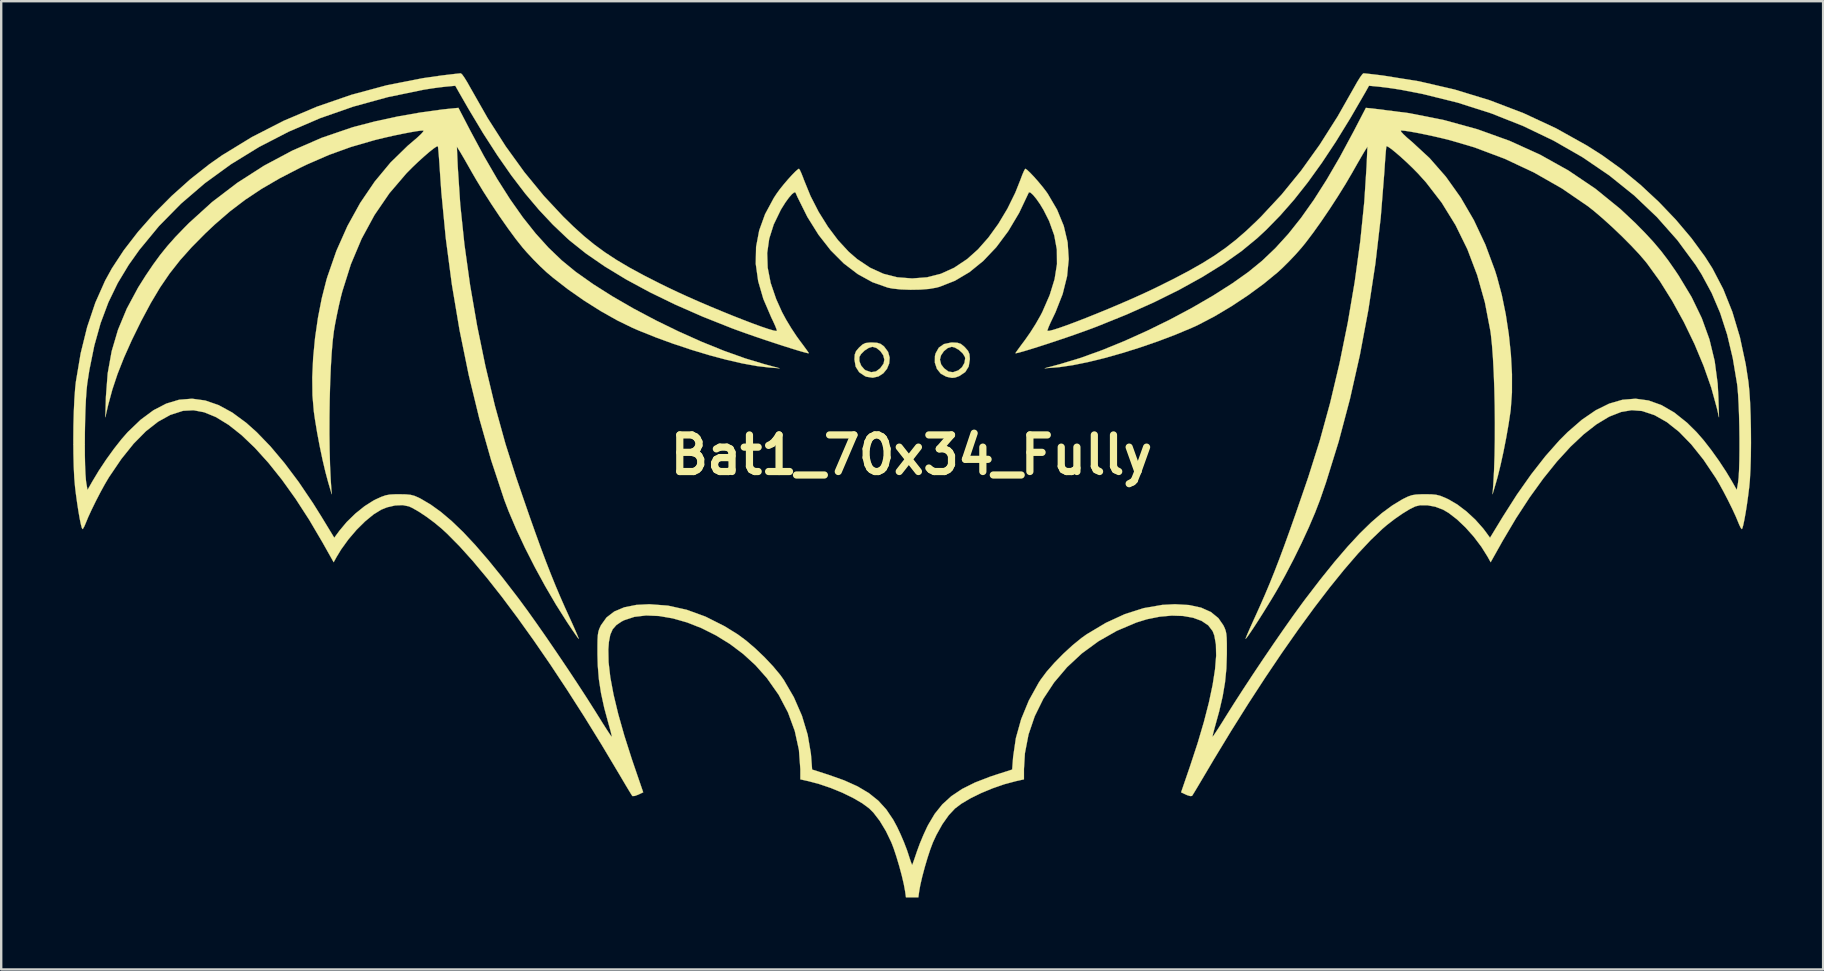
<source format=kicad_pcb>
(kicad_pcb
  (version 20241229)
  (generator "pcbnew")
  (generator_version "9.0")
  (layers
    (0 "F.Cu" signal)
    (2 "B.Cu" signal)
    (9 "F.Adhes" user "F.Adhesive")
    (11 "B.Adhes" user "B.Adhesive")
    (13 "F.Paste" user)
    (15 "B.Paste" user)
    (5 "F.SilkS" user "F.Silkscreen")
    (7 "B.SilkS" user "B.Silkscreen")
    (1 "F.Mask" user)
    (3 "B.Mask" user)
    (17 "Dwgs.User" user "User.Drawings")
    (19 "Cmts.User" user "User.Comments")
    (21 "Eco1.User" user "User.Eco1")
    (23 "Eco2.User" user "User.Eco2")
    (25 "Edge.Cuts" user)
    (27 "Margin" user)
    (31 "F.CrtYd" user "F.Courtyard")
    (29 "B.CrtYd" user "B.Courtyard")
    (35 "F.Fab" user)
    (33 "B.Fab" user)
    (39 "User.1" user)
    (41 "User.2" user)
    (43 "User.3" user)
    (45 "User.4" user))
  (footprint "Bat1_70x34_Fully"
    (layer "F.Cu")
    (at 34.925 17.156)
    (property "Reference" "Bat1_70x34_Fully" (at 0 -1.25 0) (layer "F.SilkS") (effects (font (size 1.524 1.524) (thickness 0.3))))
    (attr through_hole)
    (fp_poly (pts (xy -1.434 -5.924) (xy -1.291 -5.881) (xy -1.164 -5.79) (xy -1.138 -5.767) (xy -0.974 -5.547) (xy -0.907 -5.306) (xy -0.926 -5.064) (xy -1.018 -4.84) (xy -1.17 -4.654) (xy -1.371 -4.523) (xy -1.609 -4.468) (xy -1.87 -4.508) (xy -1.934 -4.533) (xy -2.177 -4.697) (xy -2.324 -4.929) (xy -2.362 -5.158) (xy -2.17 -5.158) (xy -2.093 -4.968) (xy -1.961 -4.814) (xy -1.906 -4.777) (xy -1.678 -4.699) (xy -1.476 -4.732) (xy -1.301 -4.862) (xy -1.16 -5.059) (xy -1.128 -5.222) (xy -1.176 -5.406) (xy -1.298 -5.581) (xy -1.461 -5.71) (xy -1.623 -5.757) (xy -1.781 -5.711) (xy -1.955 -5.598) (xy -2.101 -5.452) (xy -2.168 -5.334) (xy -2.17 -5.158) (xy -2.362 -5.158) (xy -2.374 -5.23) (xy -2.374 -5.236) (xy -2.362 -5.434) (xy -2.309 -5.573) (xy -2.192 -5.713) (xy -2.172 -5.733) (xy -2.038 -5.853) (xy -1.915 -5.913) (xy -1.749 -5.933) (xy -1.644 -5.935) (xy -1.434 -5.924)) (stroke (width 0.01) (type solid)) (fill yes) (layer "F.SilkS"))
    (fp_poly (pts (xy 1.92 -5.924) (xy 2.058 -5.878) (xy 2.189 -5.774) (xy 2.231 -5.733) (xy 2.358 -5.588) (xy 2.417 -5.452) (xy 2.433 -5.265) (xy 2.433 -5.236) (xy 2.386 -4.936) (xy 2.243 -4.705) (xy 2.003 -4.543) (xy 1.98 -4.533) (xy 1.821 -4.475) (xy 1.691 -4.462) (xy 1.532 -4.492) (xy 1.443 -4.516) (xy 1.221 -4.638) (xy 1.061 -4.839) (xy 0.976 -5.093) (xy 0.977 -5.222) (xy 1.187 -5.222) (xy 1.24 -5.018) (xy 1.36 -4.862) (xy 1.544 -4.725) (xy 1.731 -4.697) (xy 1.952 -4.774) (xy 1.953 -4.775) (xy 2.106 -4.904) (xy 2.209 -5.087) (xy 2.239 -5.274) (xy 2.228 -5.334) (xy 2.137 -5.482) (xy 1.982 -5.624) (xy 1.807 -5.726) (xy 1.682 -5.757) (xy 1.512 -5.705) (xy 1.35 -5.573) (xy 1.231 -5.397) (xy 1.187 -5.222) (xy 0.977 -5.222) (xy 0.979 -5.371) (xy 1.007 -5.485) (xy 1.14 -5.721) (xy 1.353 -5.87) (xy 1.647 -5.933) (xy 1.721 -5.935) (xy 1.92 -5.924)) (stroke (width 0.01) (type solid)) (fill yes) (layer "F.SilkS"))
    (fp_poly (pts (xy 19.214 -15.685) (xy 20.737 -15.491) (xy 22.197 -15.201) (xy 23.594 -14.816) (xy 24.924 -14.337) (xy 26.185 -13.765) (xy 27.375 -13.101) (xy 28.493 -12.346) (xy 29.535 -11.5) (xy 30.154 -10.92) (xy 30.572 -10.495) (xy 30.923 -10.115) (xy 31.233 -9.747) (xy 31.527 -9.361) (xy 31.83 -8.926) (xy 31.969 -8.717) (xy 32.505 -7.829) (xy 32.929 -6.951) (xy 33.248 -6.068) (xy 33.467 -5.163) (xy 33.592 -4.22) (xy 33.621 -3.679) (xy 33.647 -2.819) (xy 33.558 -3.205) (xy 33.324 -4.057) (xy 33.008 -4.955) (xy 32.625 -5.873) (xy 32.185 -6.784) (xy 31.702 -7.662) (xy 31.19 -8.482) (xy 30.659 -9.216) (xy 30.575 -9.322) (xy 30.313 -9.626) (xy 29.981 -9.979) (xy 29.604 -10.358) (xy 29.206 -10.738) (xy 28.811 -11.096) (xy 28.443 -11.41) (xy 28.189 -11.611) (xy 27.1 -12.356) (xy 25.936 -13.02) (xy 24.714 -13.593) (xy 23.453 -14.067) (xy 22.449 -14.362) (xy 22.109 -14.447) (xy 21.749 -14.53) (xy 21.392 -14.606) (xy 21.059 -14.673) (xy 20.77 -14.725) (xy 20.548 -14.758) (xy 20.412 -14.769) (xy 20.391 -14.767) (xy 20.399 -14.724) (xy 20.489 -14.622) (xy 20.647 -14.473) (xy 20.859 -14.292) (xy 21.591 -13.616) (xy 22.268 -12.842) (xy 22.884 -11.977) (xy 23.434 -11.032) (xy 23.912 -10.015) (xy 24.313 -8.936) (xy 24.398 -8.664) (xy 24.598 -7.913) (xy 24.763 -7.106) (xy 24.89 -6.27) (xy 24.977 -5.431) (xy 25.021 -4.616) (xy 25.02 -3.851) (xy 24.971 -3.162) (xy 24.958 -3.056) (xy 24.88 -2.533) (xy 24.781 -1.968) (xy 24.669 -1.396) (xy 24.55 -0.852) (xy 24.432 -0.37) (xy 24.362 -0.119) (xy 24.213 0.386) (xy 24.243 -0.03) (xy 24.274 -0.592) (xy 24.296 -1.221) (xy 24.307 -1.898) (xy 24.309 -2.601) (xy 24.302 -3.312) (xy 24.286 -4.01) (xy 24.261 -4.676) (xy 24.229 -5.289) (xy 24.188 -5.831) (xy 24.141 -6.281) (xy 24.123 -6.409) (xy 23.894 -7.603) (xy 23.573 -8.742) (xy 23.164 -9.82) (xy 22.669 -10.829) (xy 22.092 -11.763) (xy 21.435 -12.614) (xy 21.103 -12.981) (xy 20.876 -13.211) (xy 20.636 -13.442) (xy 20.398 -13.659) (xy 20.179 -13.849) (xy 19.995 -13.998) (xy 19.861 -14.091) (xy 19.794 -14.116) (xy 19.792 -14.115) (xy 19.781 -14.05) (xy 19.764 -13.887) (xy 19.745 -13.645) (xy 19.723 -13.342) (xy 19.705 -13.054) (xy 19.553 -11.141) (xy 19.33 -9.219) (xy 19.039 -7.305) (xy 18.685 -5.419) (xy 18.27 -3.579) (xy 17.799 -1.802) (xy 17.274 -0.108) (xy 17.022 0.623) (xy 16.815 1.16) (xy 16.555 1.769) (xy 16.253 2.422) (xy 15.924 3.092) (xy 15.579 3.752) (xy 15.335 4.196) (xy 15.185 4.456) (xy 15.009 4.751) (xy 14.817 5.063) (xy 14.621 5.378) (xy 14.43 5.678) (xy 14.256 5.947) (xy 14.107 6.168) (xy 13.996 6.326) (xy 13.932 6.404) (xy 13.923 6.409) (xy 13.938 6.358) (xy 13.996 6.217) (xy 14.089 6.003) (xy 14.21 5.733) (xy 14.328 5.475) (xy 14.537 5.011) (xy 14.737 4.554) (xy 14.932 4.091) (xy 15.127 3.606) (xy 15.327 3.088) (xy 15.538 2.521) (xy 15.764 1.894) (xy 16.012 1.191) (xy 16.285 0.4) (xy 16.534 -0.326) (xy 17.009 -1.829) (xy 17.445 -3.419) (xy 17.837 -5.072) (xy 18.18 -6.762) (xy 18.469 -8.463) (xy 18.7 -10.15) (xy 18.868 -11.798) (xy 18.962 -13.264) (xy 19 -14.095) (xy 18.887 -13.917) (xy 18.816 -13.799) (xy 18.702 -13.603) (xy 18.559 -13.355) (xy 18.402 -13.079) (xy 18.373 -13.026) (xy 18.087 -12.539) (xy 17.763 -12.018) (xy 17.418 -11.487) (xy 17.068 -10.972) (xy 16.729 -10.498) (xy 16.42 -10.089) (xy 16.259 -9.891) (xy 16.011 -9.609) (xy 15.725 -9.308) (xy 15.441 -9.027) (xy 15.259 -8.86) (xy 14.669 -8.376) (xy 14.013 -7.896) (xy 13.322 -7.439) (xy 12.629 -7.026) (xy 11.963 -6.678) (xy 11.676 -6.545) (xy 10.987 -6.257) (xy 10.26 -5.982) (xy 9.514 -5.725) (xy 8.769 -5.492) (xy 8.044 -5.288) (xy 7.358 -5.12) (xy 6.732 -4.993) (xy 6.184 -4.912) (xy 5.995 -4.895) (xy 5.549 -4.861) (xy 6.202 -5.037) (xy 7.033 -5.289) (xy 7.928 -5.611) (xy 8.864 -5.993) (xy 9.819 -6.423) (xy 10.77 -6.889) (xy 11.694 -7.382) (xy 12.568 -7.889) (xy 13.37 -8.4) (xy 14.036 -8.872) (xy 14.607 -9.338) (xy 15.16 -9.864) (xy 15.7 -10.457) (xy 16.232 -11.126) (xy 16.765 -11.878) (xy 17.302 -12.722) (xy 17.851 -13.665) (xy 18.417 -14.717) (xy 18.437 -14.755) (xy 18.934 -15.712) (xy 19.214 -15.685)) (stroke (width 0.01) (type solid)) (fill yes) (layer "F.SilkS"))
    (fp_poly (pts (xy -18.377 -14.755) (xy -17.81 -13.699) (xy -17.261 -12.752) (xy -16.723 -11.905) (xy -16.191 -11.15) (xy -15.658 -10.479) (xy -15.119 -9.883) (xy -14.567 -9.355) (xy -13.996 -8.887) (xy -13.976 -8.872) (xy -13.262 -8.367) (xy -12.454 -7.856) (xy -11.576 -7.349) (xy -10.649 -6.858) (xy -9.698 -6.394) (xy -8.744 -5.967) (xy -7.809 -5.589) (xy -6.918 -5.271) (xy -6.142 -5.037) (xy -5.489 -4.861) (xy -5.936 -4.895) (xy -6.448 -4.956) (xy -7.047 -5.065) (xy -7.712 -5.218) (xy -8.424 -5.408) (xy -9.163 -5.631) (xy -9.911 -5.879) (xy -10.648 -6.148) (xy -11.354 -6.431) (xy -11.617 -6.545) (xy -12.259 -6.858) (xy -12.944 -7.244) (xy -13.64 -7.683) (xy -14.315 -8.155) (xy -14.939 -8.64) (xy -15.199 -8.86) (xy -15.455 -9.098) (xy -15.743 -9.388) (xy -16.023 -9.688) (xy -16.2 -9.891) (xy -16.485 -10.25) (xy -16.808 -10.689) (xy -17.154 -11.183) (xy -17.504 -11.708) (xy -17.843 -12.237) (xy -18.152 -12.748) (xy -18.313 -13.026) (xy -18.471 -13.304) (xy -18.617 -13.56) (xy -18.738 -13.767) (xy -18.818 -13.902) (xy -18.828 -13.917) (xy -18.94 -14.095) (xy -18.903 -13.264) (xy -18.798 -11.676) (xy -18.625 -10.025) (xy -18.39 -8.336) (xy -18.096 -6.634) (xy -17.749 -4.946) (xy -17.354 -3.297) (xy -16.915 -1.713) (xy -16.474 -0.326) (xy -16.175 0.548) (xy -15.907 1.322) (xy -15.663 2.01) (xy -15.44 2.626) (xy -15.231 3.183) (xy -15.032 3.694) (xy -14.838 4.174) (xy -14.643 4.635) (xy -14.442 5.092) (xy -14.268 5.475) (xy -14.13 5.778) (xy -14.013 6.041) (xy -13.925 6.245) (xy -13.874 6.373) (xy -13.864 6.409) (xy -13.904 6.363) (xy -13.996 6.234) (xy -14.129 6.041) (xy -14.29 5.801) (xy -14.361 5.694) (xy -14.812 4.981) (xy -15.261 4.213) (xy -15.696 3.416) (xy -16.103 2.615) (xy -16.468 1.836) (xy -16.78 1.103) (xy -16.963 0.623) (xy -17.51 -1.028) (xy -18.005 -2.77) (xy -18.446 -4.584) (xy -18.828 -6.452) (xy -19.148 -8.355) (xy -19.401 -10.276) (xy -19.586 -12.195) (xy -19.645 -13.054) (xy -19.667 -13.392) (xy -19.689 -13.686) (xy -19.708 -13.918) (xy -19.723 -14.067) (xy -19.733 -14.115) (xy -19.793 -14.096) (xy -19.922 -14.008) (xy -20.103 -13.863) (xy -20.319 -13.676) (xy -20.556 -13.461) (xy -20.797 -13.231) (xy -21.026 -13) (xy -21.044 -12.981) (xy -21.751 -12.154) (xy -22.373 -11.245) (xy -22.908 -10.259) (xy -23.355 -9.198) (xy -23.712 -8.066) (xy -23.772 -7.835) (xy -23.857 -7.47) (xy -23.941 -7.076) (xy -24.014 -6.703) (xy -24.064 -6.409) (xy -24.114 -5.996) (xy -24.157 -5.483) (xy -24.192 -4.892) (xy -24.219 -4.242) (xy -24.238 -3.552) (xy -24.248 -2.843) (xy -24.25 -2.135) (xy -24.241 -1.448) (xy -24.223 -0.8) (xy -24.195 -0.213) (xy -24.183 -0.03) (xy -24.154 0.386) (xy -24.303 -0.119) (xy -24.417 -0.545) (xy -24.537 -1.054) (xy -24.654 -1.613) (xy -24.762 -2.186) (xy -24.853 -2.739) (xy -24.898 -3.056) (xy -24.956 -3.73) (xy -24.965 -4.484) (xy -24.928 -5.293) (xy -24.848 -6.129) (xy -24.727 -6.968) (xy -24.568 -7.781) (xy -24.374 -8.544) (xy -24.338 -8.664) (xy -23.958 -9.757) (xy -23.498 -10.79) (xy -22.965 -11.754) (xy -22.364 -12.639) (xy -21.702 -13.436) (xy -20.983 -14.137) (xy -20.8 -14.292) (xy -20.587 -14.475) (xy -20.429 -14.623) (xy -20.34 -14.725) (xy -20.331 -14.767) (xy -20.434 -14.764) (xy -20.63 -14.738) (xy -20.9 -14.691) (xy -21.221 -14.629) (xy -21.573 -14.556) (xy -21.934 -14.474) (xy -22.283 -14.39) (xy -22.39 -14.362) (xy -23.353 -14.083) (xy -24.267 -13.753) (xy -25.184 -13.354) (xy -25.489 -13.207) (xy -26.326 -12.774) (xy -27.072 -12.34) (xy -27.753 -11.888) (xy -28.395 -11.399) (xy -29.025 -10.854) (xy -29.428 -10.475) (xy -29.987 -9.909) (xy -30.473 -9.365) (xy -30.906 -8.814) (xy -31.305 -8.23) (xy -31.69 -7.585) (xy -32.081 -6.853) (xy -32.096 -6.825) (xy -32.487 -6.028) (xy -32.811 -5.302) (xy -33.078 -4.625) (xy -33.294 -3.976) (xy -33.468 -3.333) (xy -33.498 -3.205) (xy -33.587 -2.819) (xy -33.562 -3.679) (xy -33.488 -4.649) (xy -33.322 -5.573) (xy -33.058 -6.466) (xy -32.693 -7.345) (xy -32.219 -8.226) (xy -31.91 -8.717) (xy -31.595 -9.182) (xy -31.3 -9.585) (xy -31 -9.957) (xy -30.67 -10.329) (xy -30.283 -10.73) (xy -30.094 -10.92) (xy -29.135 -11.79) (xy -28.09 -12.587) (xy -26.972 -13.304) (xy -25.794 -13.932) (xy -24.569 -14.465) (xy -23.31 -14.895) (xy -23.209 -14.924) (xy -22.346 -15.149) (xy -21.412 -15.351) (xy -20.457 -15.519) (xy -19.527 -15.647) (xy -19.155 -15.685) (xy -18.874 -15.712) (xy -18.377 -14.755)) (stroke (width 0.01) (type solid)) (fill yes) (layer "F.SilkS"))
    (fp_poly (pts (xy 18.917 -17.144) (xy 19.094 -17.125) (xy 19.337 -17.097) (xy 19.621 -17.062) (xy 19.633 -17.061) (xy 21.145 -16.819) (xy 22.637 -16.474) (xy 24.095 -16.028) (xy 25.508 -15.488) (xy 26.864 -14.856) (xy 28.15 -14.138) (xy 28.783 -13.735) (xy 29.585 -13.157) (xy 30.376 -12.504) (xy 31.137 -11.796) (xy 31.85 -11.05) (xy 32.496 -10.285) (xy 33.057 -9.52) (xy 33.373 -9.024) (xy 33.822 -8.163) (xy 34.204 -7.208) (xy 34.517 -6.163) (xy 34.76 -5.031) (xy 34.872 -4.303) (xy 34.911 -3.924) (xy 34.942 -3.453) (xy 34.963 -2.918) (xy 34.976 -2.344) (xy 34.98 -1.759) (xy 34.974 -1.19) (xy 34.958 -0.662) (xy 34.933 -0.203) (xy 34.906 0.089) (xy 34.859 0.467) (xy 34.808 0.832) (xy 34.755 1.167) (xy 34.703 1.454) (xy 34.657 1.673) (xy 34.619 1.807) (xy 34.597 1.84) (xy 34.554 1.789) (xy 34.491 1.66) (xy 34.449 1.558) (xy 34.343 1.304) (xy 34.193 0.981) (xy 34.016 0.623) (xy 33.829 0.264) (xy 33.649 -0.063) (xy 33.512 -0.293) (xy 33.003 -1.051) (xy 32.492 -1.691) (xy 31.982 -2.215) (xy 31.471 -2.621) (xy 30.962 -2.909) (xy 30.453 -3.078) (xy 30.43 -3.083) (xy 30.01 -3.116) (xy 29.569 -3.041) (xy 29.098 -2.857) (xy 29.053 -2.835) (xy 28.542 -2.527) (xy 28.009 -2.111) (xy 27.458 -1.592) (xy 26.895 -0.976) (xy 26.327 -0.27) (xy 25.757 0.519) (xy 25.191 1.387) (xy 24.635 2.325) (xy 24.595 2.396) (xy 24.133 3.219) (xy 24.01 2.997) (xy 23.746 2.575) (xy 23.432 2.159) (xy 23.086 1.771) (xy 22.73 1.433) (xy 22.384 1.166) (xy 22.147 1.027) (xy 21.825 0.906) (xy 21.491 0.845) (xy 21.184 0.847) (xy 20.994 0.893) (xy 20.751 1.013) (xy 20.454 1.196) (xy 20.131 1.42) (xy 19.812 1.667) (xy 19.626 1.826) (xy 19.137 2.293) (xy 18.604 2.86) (xy 18.032 3.523) (xy 17.424 4.274) (xy 16.787 5.106) (xy 16.124 6.013) (xy 15.441 6.987) (xy 14.742 8.024) (xy 14.032 9.115) (xy 13.316 10.255) (xy 12.599 11.436) (xy 12.255 12.018) (xy 12.081 12.311) (xy 11.928 12.569) (xy 11.804 12.775) (xy 11.721 12.91) (xy 11.69 12.955) (xy 11.616 12.963) (xy 11.482 12.922) (xy 11.442 12.904) (xy 11.235 12.806) (xy 11.611 11.71) (xy 11.924 10.757) (xy 12.185 9.873) (xy 12.394 9.062) (xy 12.549 8.329) (xy 12.65 7.679) (xy 12.696 7.116) (xy 12.686 6.645) (xy 12.619 6.27) (xy 12.549 6.088) (xy 12.365 5.848) (xy 12.089 5.662) (xy 11.735 5.532) (xy 11.316 5.458) (xy 10.847 5.443) (xy 10.343 5.488) (xy 9.816 5.594) (xy 9.375 5.73) (xy 8.554 6.078) (xy 7.794 6.511) (xy 7.101 7.018) (xy 6.483 7.593) (xy 5.945 8.227) (xy 5.494 8.91) (xy 5.137 9.636) (xy 4.879 10.394) (xy 4.728 11.178) (xy 4.688 11.838) (xy 4.688 12.266) (xy 4.347 12.342) (xy 3.874 12.468) (xy 3.384 12.638) (xy 2.904 12.837) (xy 2.462 13.054) (xy 2.085 13.277) (xy 1.817 13.478) (xy 1.553 13.761) (xy 1.288 14.136) (xy 1.041 14.579) (xy 0.894 14.896) (xy 0.787 15.179) (xy 0.67 15.535) (xy 0.554 15.928) (xy 0.45 16.319) (xy 0.369 16.67) (xy 0.325 16.914) (xy 0.288 17.181) (xy -0.228 17.181) (xy -0.266 16.914) (xy -0.319 16.628) (xy -0.403 16.27) (xy -0.509 15.877) (xy -0.626 15.487) (xy -0.742 15.137) (xy -0.835 14.896) (xy -1.063 14.422) (xy -1.318 13.999) (xy -1.584 13.652) (xy -1.758 13.478) (xy -2.051 13.261) (xy -2.434 13.038) (xy -2.88 12.821) (xy -3.361 12.624) (xy -3.851 12.458) (xy -4.288 12.342) (xy -4.629 12.266) (xy -4.629 11.838) (xy -4.688 11.038) (xy -4.861 10.248) (xy -5.143 9.48) (xy -5.532 8.742) (xy -6.022 8.046) (xy -6.5 7.508) (xy -7.008 7.043) (xy -7.559 6.628) (xy -8.142 6.268) (xy -8.741 5.967) (xy -9.345 5.729) (xy -9.941 5.559) (xy -10.515 5.46) (xy -11.054 5.437) (xy -11.545 5.495) (xy -11.975 5.637) (xy -12.075 5.689) (xy -12.294 5.837) (xy -12.448 6.013) (xy -12.548 6.241) (xy -12.606 6.544) (xy -12.629 6.854) (xy -12.619 7.384) (xy -12.547 8.011) (xy -12.412 8.732) (xy -12.217 9.544) (xy -11.962 10.444) (xy -11.648 11.428) (xy -11.552 11.71) (xy -11.176 12.806) (xy -11.383 12.904) (xy -11.525 12.956) (xy -11.619 12.963) (xy -11.631 12.955) (xy -11.673 12.891) (xy -11.765 12.741) (xy -11.895 12.525) (xy -12.053 12.258) (xy -12.195 12.018) (xy -12.911 10.819) (xy -13.628 9.658) (xy -14.342 8.543) (xy -15.046 7.479) (xy -15.738 6.474) (xy -16.411 5.534) (xy -17.061 4.665) (xy -17.684 3.874) (xy -18.274 3.168) (xy -18.827 2.554) (xy -19.337 2.038) (xy -19.566 1.826) (xy -19.867 1.576) (xy -20.19 1.335) (xy -20.507 1.123) (xy -20.788 0.961) (xy -20.935 0.893) (xy -21.196 0.84) (xy -21.513 0.854) (xy -21.847 0.931) (xy -22.087 1.027) (xy -22.412 1.227) (xy -22.762 1.515) (xy -23.118 1.868) (xy -23.457 2.265) (xy -23.761 2.685) (xy -23.95 2.997) (xy -24.073 3.219) (xy -24.536 2.396) (xy -25.091 1.453) (xy -25.656 0.58) (xy -26.226 -0.216) (xy -26.795 -0.928) (xy -27.358 -1.55) (xy -27.91 -2.077) (xy -28.445 -2.501) (xy -28.957 -2.816) (xy -28.994 -2.835) (xy -29.468 -3.029) (xy -29.911 -3.113) (xy -30.333 -3.091) (xy -30.37 -3.083) (xy -30.879 -2.919) (xy -31.389 -2.636) (xy -31.899 -2.236) (xy -32.41 -1.718) (xy -32.92 -1.082) (xy -33.43 -0.33) (xy -33.453 -0.293) (xy -33.614 -0.02) (xy -33.796 0.313) (xy -33.983 0.674) (xy -34.157 1.029) (xy -34.302 1.344) (xy -34.39 1.558) (xy -34.458 1.718) (xy -34.515 1.82) (xy -34.538 1.84) (xy -34.567 1.784) (xy -34.608 1.628) (xy -34.656 1.392) (xy -34.708 1.092) (xy -34.761 0.748) (xy -34.812 0.378) (xy -34.847 0.089) (xy -34.88 -0.297) (xy -34.903 -0.774) (xy -34.916 -1.313) (xy -34.919 -1.698) (xy -34.441 -1.698) (xy -34.439 -1.233) (xy -34.43 -0.812) (xy -34.415 -0.456) (xy -34.394 -0.186) (xy -34.381 -0.089) (xy -34.329 0.208) (xy -34.127 -0.148) (xy -33.86 -0.592) (xy -33.552 -1.056) (xy -33.227 -1.506) (xy -32.909 -1.91) (xy -32.651 -2.204) (xy -32.115 -2.717) (xy -31.581 -3.113) (xy -31.047 -3.39) (xy -30.511 -3.551) (xy -29.97 -3.594) (xy -29.423 -3.519) (xy -28.866 -3.327) (xy -28.299 -3.018) (xy -27.718 -2.591) (xy -27.281 -2.201) (xy -26.71 -1.61) (xy -26.123 -0.913) (xy -25.528 -0.12) (xy -24.934 0.759) (xy -24.577 1.33) (xy -24.048 2.199) (xy -23.834 1.909) (xy -23.529 1.544) (xy -23.169 1.193) (xy -22.786 0.885) (xy -22.414 0.649) (xy -22.32 0.601) (xy -22.089 0.496) (xy -21.907 0.432) (xy -21.729 0.399) (xy -21.507 0.388) (xy -21.335 0.387) (xy -21.063 0.392) (xy -20.868 0.411) (xy -20.707 0.453) (xy -20.537 0.526) (xy -20.445 0.573) (xy -20.032 0.816) (xy -19.605 1.124) (xy -19.158 1.502) (xy -18.685 1.956) (xy -18.182 2.493) (xy -17.642 3.117) (xy -17.059 3.835) (xy -16.429 4.652) (xy -16.335 4.777) (xy -16.005 5.225) (xy -15.629 5.753) (xy -15.219 6.34) (xy -14.791 6.966) (xy -14.358 7.608) (xy -13.935 8.246) (xy -13.536 8.859) (xy -13.176 9.426) (xy -13.03 9.66) (xy -12.856 9.939) (xy -12.704 10.177) (xy -12.585 10.358) (xy -12.51 10.466) (xy -12.487 10.489) (xy -12.494 10.428) (xy -12.529 10.28) (xy -12.585 10.073) (xy -12.613 9.976) (xy -12.799 9.289) (xy -12.933 8.674) (xy -13.022 8.097) (xy -13.069 7.526) (xy -13.082 7.061) (xy -13.082 6.707) (xy -13.078 6.448) (xy -13.067 6.261) (xy -13.045 6.122) (xy -13.011 6.008) (xy -12.96 5.895) (xy -12.935 5.844) (xy -12.705 5.522) (xy -12.382 5.273) (xy -11.967 5.098) (xy -11.46 4.997) (xy -10.92 4.969) (xy -10.142 5.028) (xy -9.364 5.2) (xy -8.58 5.485) (xy -7.786 5.885) (xy -7.24 6.223) (xy -6.886 6.485) (xy -6.503 6.813) (xy -6.12 7.179) (xy -5.765 7.556) (xy -5.465 7.917) (xy -5.323 8.116) (xy -4.898 8.846) (xy -4.562 9.616) (xy -4.324 10.405) (xy -4.19 11.19) (xy -4.178 11.328) (xy -4.138 11.857) (xy -3.467 12.072) (xy -2.804 12.307) (xy -2.246 12.558) (xy -1.776 12.837) (xy -1.382 13.153) (xy -1.049 13.518) (xy -0.761 13.944) (xy -0.601 14.24) (xy -0.455 14.55) (xy -0.311 14.886) (xy -0.191 15.199) (xy -0.141 15.347) (xy -0.07 15.568) (xy -0.012 15.735) (xy 0.024 15.824) (xy 0.031 15.833) (xy 0.055 15.773) (xy 0.108 15.625) (xy 0.18 15.415) (xy 0.233 15.258) (xy 0.351 14.937) (xy 0.501 14.578) (xy 0.655 14.245) (xy 0.698 14.161) (xy 0.97 13.703) (xy 1.286 13.309) (xy 1.662 12.967) (xy 2.11 12.667) (xy 2.643 12.4) (xy 3.277 12.155) (xy 3.527 12.072) (xy 4.197 11.857) (xy 4.237 11.328) (xy 4.351 10.547) (xy 4.572 9.757) (xy 4.891 8.981) (xy 5.3 8.242) (xy 5.382 8.116) (xy 5.633 7.779) (xy 5.958 7.409) (xy 6.328 7.033) (xy 6.714 6.678) (xy 7.089 6.373) (xy 7.3 6.223) (xy 8.102 5.744) (xy 8.892 5.381) (xy 9.674 5.132) (xy 10.451 4.997) (xy 10.979 4.969) (xy 11.569 5.003) (xy 12.068 5.111) (xy 12.475 5.293) (xy 12.789 5.548) (xy 12.994 5.844) (xy 13.052 5.963) (xy 13.092 6.074) (xy 13.119 6.2) (xy 13.134 6.365) (xy 13.141 6.592) (xy 13.142 6.905) (xy 13.141 7.061) (xy 13.122 7.65) (xy 13.066 8.219) (xy 12.968 8.801) (xy 12.823 9.429) (xy 12.672 9.976) (xy 12.61 10.2) (xy 12.565 10.376) (xy 12.546 10.476) (xy 12.547 10.489) (xy 12.582 10.448) (xy 12.669 10.321) (xy 12.797 10.125) (xy 12.955 9.876) (xy 13.089 9.66) (xy 13.428 9.121) (xy 13.811 8.527) (xy 14.225 7.897) (xy 14.655 7.254) (xy 15.087 6.618) (xy 15.507 6.011) (xy 15.9 5.454) (xy 16.253 4.967) (xy 16.394 4.777) (xy 17.031 3.946) (xy 17.62 3.214) (xy 18.166 2.577) (xy 18.674 2.028) (xy 19.151 1.562) (xy 19.601 1.173) (xy 20.031 0.856) (xy 20.445 0.604) (xy 20.504 0.573) (xy 20.692 0.482) (xy 20.852 0.427) (xy 21.026 0.398) (xy 21.257 0.388) (xy 21.394 0.387) (xy 21.665 0.39) (xy 21.863 0.409) (xy 22.037 0.453) (xy 22.234 0.533) (xy 22.38 0.601) (xy 22.744 0.814) (xy 23.128 1.106) (xy 23.497 1.448) (xy 23.82 1.812) (xy 23.894 1.909) (xy 24.107 2.199) (xy 24.636 1.33) (xy 25.226 0.404) (xy 25.822 -0.442) (xy 26.414 -1.199) (xy 26.995 -1.856) (xy 27.34 -2.201) (xy 27.932 -2.715) (xy 28.509 -3.111) (xy 29.073 -3.389) (xy 29.627 -3.55) (xy 30.172 -3.594) (xy 30.712 -3.52) (xy 31.247 -3.329) (xy 31.781 -3.02) (xy 32.315 -2.594) (xy 32.71 -2.204) (xy 33.003 -1.868) (xy 33.323 -1.457) (xy 33.647 -1.004) (xy 33.951 -0.541) (xy 34.187 -0.148) (xy 34.388 0.208) (xy 34.44 -0.089) (xy 34.465 -0.307) (xy 34.483 -0.621) (xy 34.495 -1.012) (xy 34.5 -1.457) (xy 34.5 -1.936) (xy 34.494 -2.426) (xy 34.482 -2.907) (xy 34.465 -3.358) (xy 34.443 -3.757) (xy 34.416 -4.083) (xy 34.4 -4.214) (xy 34.22 -5.287) (xy 33.987 -6.266) (xy 33.696 -7.165) (xy 33.342 -7.997) (xy 32.92 -8.778) (xy 32.673 -9.168) (xy 31.915 -10.197) (xy 31.059 -11.163) (xy 30.111 -12.064) (xy 29.075 -12.897) (xy 27.956 -13.658) (xy 26.759 -14.345) (xy 25.489 -14.955) (xy 24.151 -15.485) (xy 22.75 -15.932) (xy 21.291 -16.293) (xy 20.389 -16.467) (xy 20.088 -16.515) (xy 19.774 -16.559) (xy 19.504 -16.591) (xy 19.461 -16.596) (xy 19.064 -16.633) (xy 18.918 -16.372) (xy 18.287 -15.284) (xy 17.682 -14.301) (xy 17.094 -13.414) (xy 16.517 -12.612) (xy 15.945 -11.888) (xy 15.369 -11.232) (xy 14.784 -10.633) (xy 14.404 -10.28) (xy 13.748 -9.74) (xy 12.981 -9.199) (xy 12.111 -8.66) (xy 11.147 -8.127) (xy 10.095 -7.606) (xy 8.964 -7.101) (xy 7.762 -6.615) (xy 7.537 -6.529) (xy 7.213 -6.41) (xy 6.848 -6.28) (xy 6.459 -6.145) (xy 6.06 -6.011) (xy 5.669 -5.881) (xy 5.299 -5.762) (xy 4.968 -5.658) (xy 4.69 -5.574) (xy 4.482 -5.516) (xy 4.359 -5.488) (xy 4.332 -5.49) (xy 4.366 -5.542) (xy 4.457 -5.669) (xy 4.591 -5.852) (xy 4.745 -6.058) (xy 4.955 -6.359) (xy 5.176 -6.708) (xy 5.372 -7.051) (xy 5.452 -7.205) (xy 5.76 -7.911) (xy 5.964 -8.573) (xy 6.064 -9.201) (xy 6.059 -9.807) (xy 5.95 -10.402) (xy 5.737 -10.997) (xy 5.505 -11.457) (xy 5.353 -11.708) (xy 5.202 -11.923) (xy 5.067 -12.086) (xy 4.96 -12.182) (xy 4.896 -12.193) (xy 4.888 -12.182) (xy 4.486 -11.334) (xy 4.033 -10.574) (xy 3.535 -9.907) (xy 2.996 -9.338) (xy 2.421 -8.87) (xy 1.813 -8.509) (xy 1.177 -8.259) (xy 1.041 -8.222) (xy 0.742 -8.169) (xy 0.367 -8.139) (xy -0.041 -8.132) (xy -0.443 -8.147) (xy -0.796 -8.185) (xy -0.982 -8.222) (xy -1.623 -8.448) (xy -2.237 -8.786) (xy -2.82 -9.231) (xy -3.367 -9.78) (xy -3.873 -10.427) (xy -4.336 -11.168) (xy -4.749 -11.998) (xy -4.829 -12.182) (xy -4.881 -12.193) (xy -4.979 -12.116) (xy -5.108 -11.968) (xy -5.256 -11.764) (xy -5.409 -11.52) (xy -5.446 -11.457) (xy -5.738 -10.854) (xy -5.926 -10.26) (xy -6.01 -9.664) (xy -5.99 -9.054) (xy -5.866 -8.419) (xy -5.637 -7.748) (xy -5.393 -7.205) (xy -5.222 -6.888) (xy -5.009 -6.535) (xy -4.789 -6.202) (xy -4.685 -6.058) (xy -4.523 -5.84) (xy -4.391 -5.66) (xy -4.303 -5.537) (xy -4.273 -5.49) (xy -4.326 -5.493) (xy -4.476 -5.53) (xy -4.706 -5.596) (xy -5.001 -5.687) (xy -5.346 -5.796) (xy -5.723 -5.919) (xy -6.119 -6.05) (xy -6.516 -6.185) (xy -6.9 -6.319) (xy -7.254 -6.446) (xy -7.478 -6.529) (xy -8.692 -7.011) (xy -9.836 -7.513) (xy -10.903 -8.032) (xy -11.884 -8.562) (xy -12.772 -9.101) (xy -13.558 -9.642) (xy -14.235 -10.182) (xy -14.345 -10.28) (xy -14.94 -10.846) (xy -15.521 -11.465) (xy -16.095 -12.145) (xy -16.668 -12.896) (xy -17.248 -13.728) (xy -17.842 -14.649) (xy -18.455 -15.67) (xy -18.858 -16.372) (xy -19.005 -16.633) (xy -19.402 -16.596) (xy -19.655 -16.567) (xy -19.965 -16.525) (xy -20.273 -16.476) (xy -20.329 -16.467) (xy -21.821 -16.159) (xy -23.257 -15.764) (xy -24.633 -15.284) (xy -25.944 -14.721) (xy -27.186 -14.08) (xy -28.352 -13.363) (xy -29.439 -12.573) (xy -30.441 -11.713) (xy -31.353 -10.785) (xy -32.17 -9.794) (xy -32.614 -9.168) (xy -33.072 -8.409) (xy -33.461 -7.605) (xy -33.784 -6.742) (xy -34.046 -5.806) (xy -34.253 -4.784) (xy -34.341 -4.214) (xy -34.37 -3.933) (xy -34.395 -3.569) (xy -34.415 -3.142) (xy -34.429 -2.673) (xy -34.438 -2.185) (xy -34.441 -1.698) (xy -34.919 -1.698) (xy -34.92 -1.888) (xy -34.915 -2.473) (xy -34.9 -3.04) (xy -34.876 -3.564) (xy -34.844 -4.016) (xy -34.813 -4.303) (xy -34.614 -5.485) (xy -34.343 -6.583) (xy -34.003 -7.594) (xy -33.595 -8.512) (xy -33.313 -9.024) (xy -32.817 -9.779) (xy -32.225 -10.546) (xy -31.554 -11.307) (xy -30.823 -12.042) (xy -30.05 -12.734) (xy -29.253 -13.363) (xy -28.723 -13.735) (xy -27.478 -14.496) (xy -26.156 -15.173) (xy -24.771 -15.761) (xy -23.335 -16.256) (xy -21.859 -16.654) (xy -20.356 -16.949) (xy -19.574 -17.061) (xy -19.288 -17.095) (xy -19.043 -17.124) (xy -18.863 -17.143) (xy -18.775 -17.151) (xy -18.774 -17.151) (xy -18.718 -17.102) (xy -18.623 -16.968) (xy -18.502 -16.772) (xy -18.39 -16.572) (xy -17.658 -15.287) (xy -16.906 -14.11) (xy -16.126 -13.031) (xy -15.312 -12.04) (xy -14.51 -11.182) (xy -14.069 -10.753) (xy -13.644 -10.369) (xy -13.216 -10.019) (xy -12.769 -9.692) (xy -12.285 -9.375) (xy -11.749 -9.058) (xy -11.142 -8.729) (xy -10.448 -8.376) (xy -10.118 -8.215) (xy -9.728 -8.03) (xy -9.298 -7.834) (xy -8.84 -7.632) (xy -8.368 -7.43) (xy -7.894 -7.233) (xy -7.431 -7.045) (xy -6.994 -6.873) (xy -6.593 -6.72) (xy -6.244 -6.593) (xy -5.957 -6.497) (xy -5.748 -6.436) (xy -5.628 -6.415) (xy -5.606 -6.421) (xy -5.619 -6.483) (xy -5.675 -6.627) (xy -5.766 -6.828) (xy -5.839 -6.979) (xy -6.17 -7.749) (xy -6.386 -8.494) (xy -6.487 -9.215) (xy -6.473 -9.918) (xy -6.343 -10.606) (xy -6.098 -11.284) (xy -5.737 -11.954) (xy -5.618 -12.136) (xy -5.486 -12.318) (xy -5.322 -12.522) (xy -5.145 -12.73) (xy -4.973 -12.919) (xy -4.826 -13.069) (xy -4.721 -13.158) (xy -4.687 -13.175) (xy -4.649 -13.123) (xy -4.585 -12.985) (xy -4.507 -12.787) (xy -4.481 -12.715) (xy -4.204 -12.037) (xy -3.866 -11.378) (xy -3.479 -10.758) (xy -3.059 -10.199) (xy -2.618 -9.721) (xy -2.265 -9.414) (xy -1.719 -9.05) (xy -1.167 -8.799) (xy -0.59 -8.653) (xy 0.03 -8.605) (xy 0.03 -8.605) (xy 0.65 -8.652) (xy 1.226 -8.799) (xy 1.779 -9.05) (xy 2.324 -9.414) (xy 2.324 -9.414) (xy 2.77 -9.813) (xy 3.208 -10.309) (xy 3.622 -10.882) (xy 4 -11.512) (xy 4.327 -12.177) (xy 4.541 -12.715) (xy 4.62 -12.926) (xy 4.69 -13.087) (xy 4.738 -13.169) (xy 4.746 -13.175) (xy 4.816 -13.131) (xy 4.939 -13.015) (xy 5.099 -12.848) (xy 5.275 -12.649) (xy 5.449 -12.44) (xy 5.603 -12.242) (xy 5.678 -12.136) (xy 6.07 -11.467) (xy 6.347 -10.793) (xy 6.508 -10.108) (xy 6.554 -9.409) (xy 6.484 -8.693) (xy 6.3 -7.955) (xy 6 -7.192) (xy 5.898 -6.979) (xy 5.79 -6.753) (xy 5.71 -6.569) (xy 5.668 -6.451) (xy 5.666 -6.421) (xy 5.741 -6.421) (xy 5.912 -6.464) (xy 6.165 -6.545) (xy 6.488 -6.659) (xy 6.867 -6.801) (xy 7.289 -6.965) (xy 7.742 -7.147) (xy 8.212 -7.34) (xy 8.687 -7.541) (xy 9.153 -7.743) (xy 9.597 -7.942) (xy 10.007 -8.133) (xy 10.178 -8.215) (xy 10.915 -8.581) (xy 11.557 -8.919) (xy 12.122 -9.24) (xy 12.626 -9.555) (xy 13.087 -9.876) (xy 13.521 -10.215) (xy 13.945 -10.583) (xy 14.377 -10.992) (xy 14.569 -11.182) (xy 15.422 -12.098) (xy 16.234 -13.094) (xy 17.011 -14.178) (xy 17.762 -15.362) (xy 18.449 -16.572) (xy 18.581 -16.805) (xy 18.699 -16.993) (xy 18.789 -17.115) (xy 18.833 -17.151) (xy 18.917 -17.144)) (stroke (width 0.01) (type solid)) (fill yes) (layer "F.SilkS")))
  (gr_rect
    (start -3 -3)
    (end 72.91 37.342)
    (stroke (width 0.1) (type default))
    (fill no)
    (layer "Edge.Cuts")))
</source>
